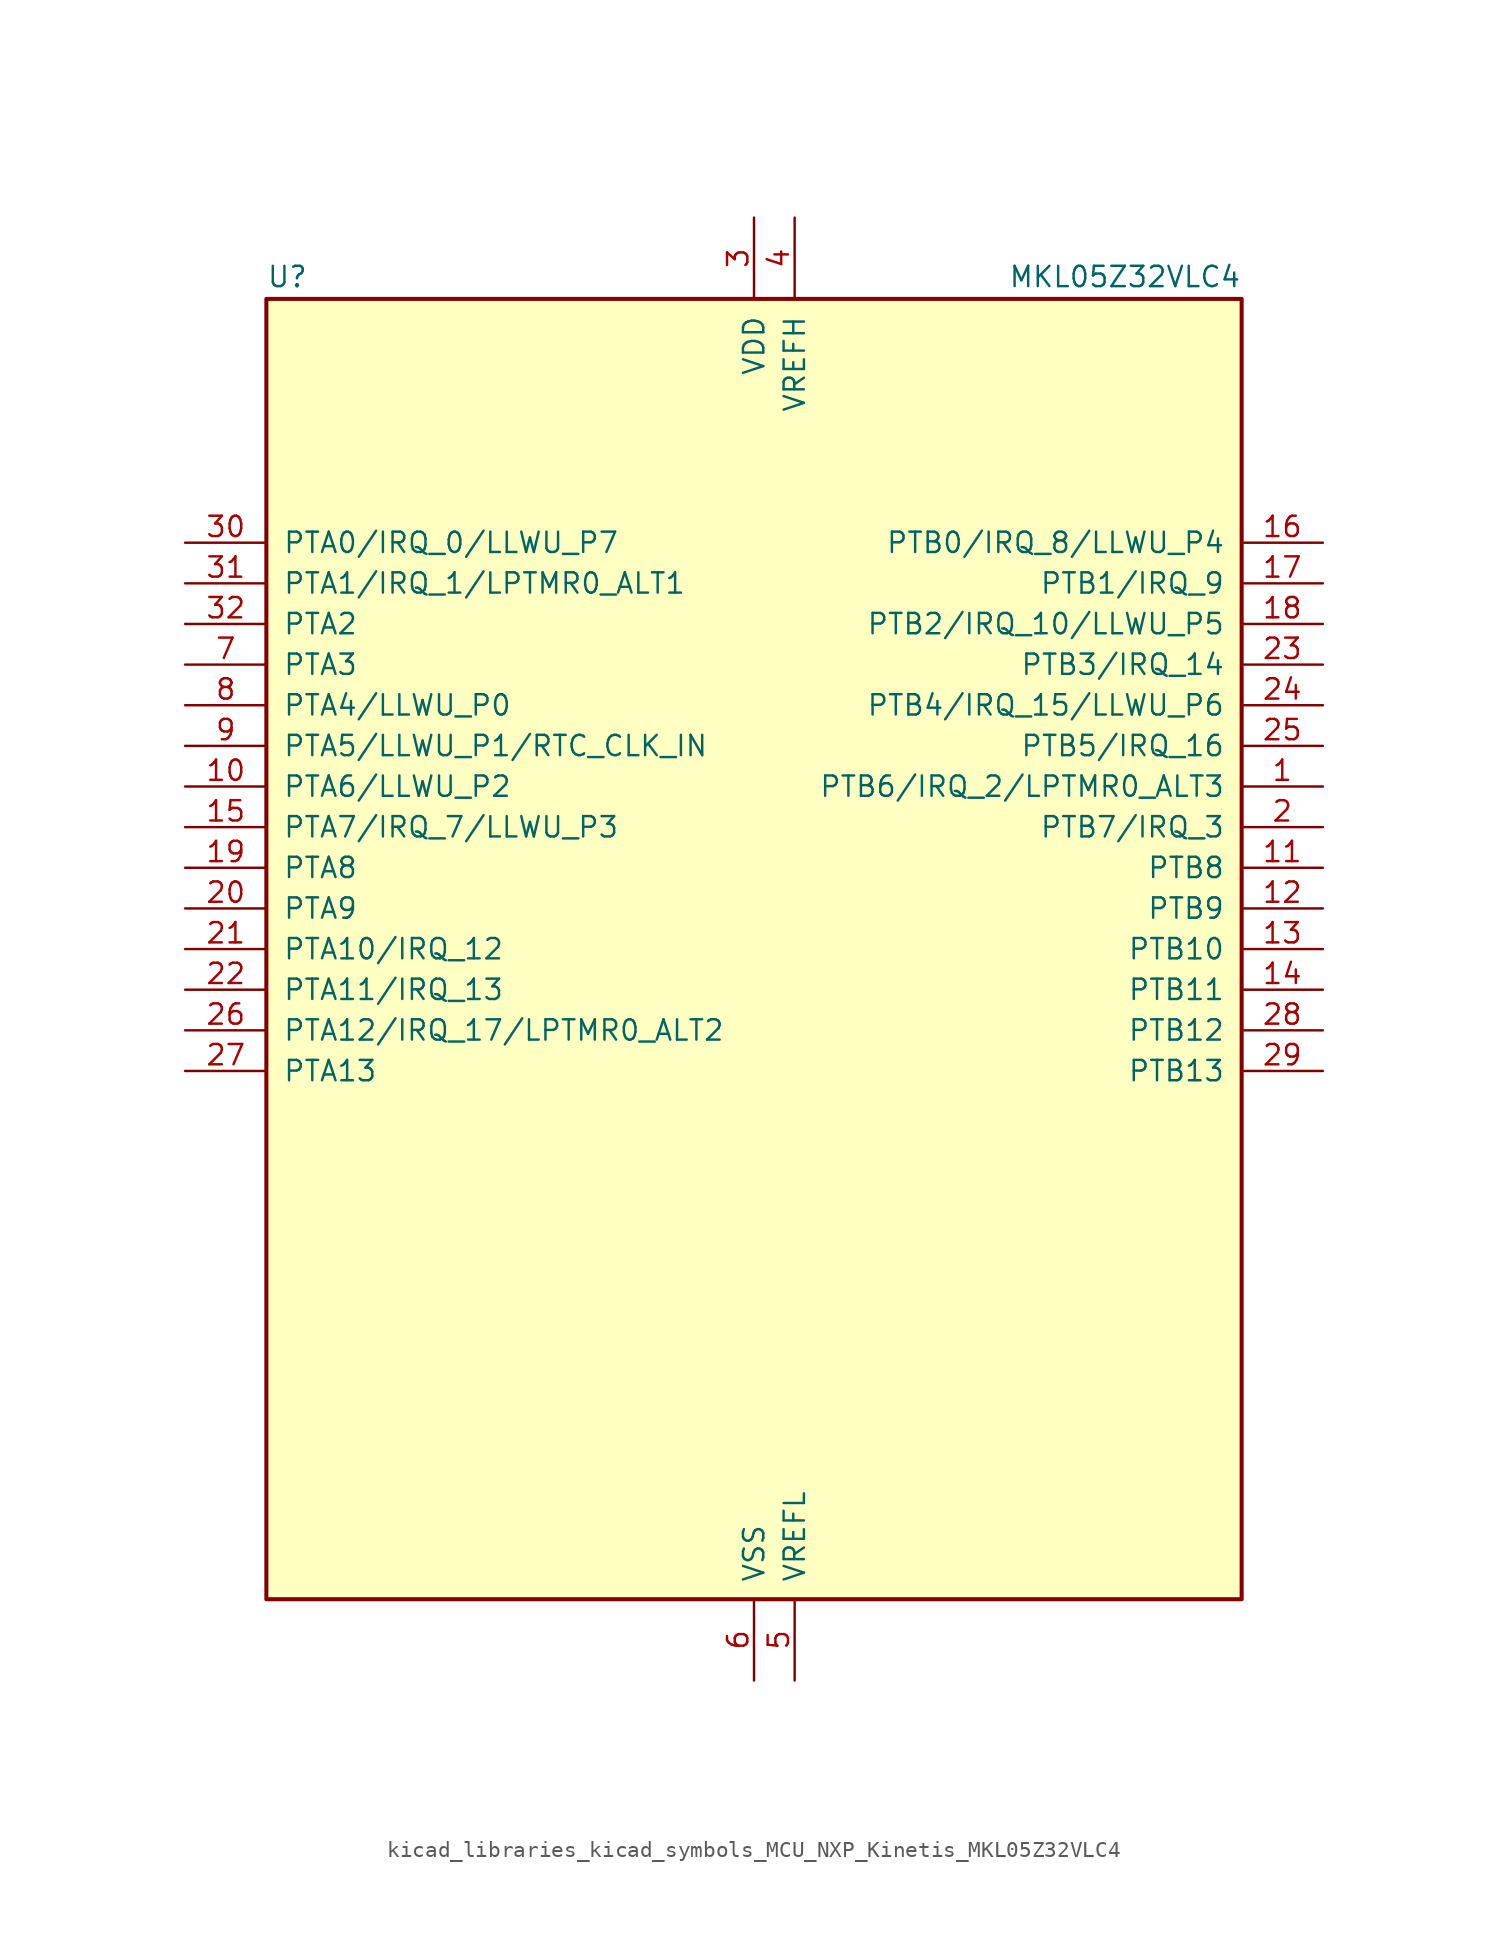
<source format=kicad_sym>
(kicad_symbol_lib
  (version 20220914)
  (generator kicad_symbol_editor)
  (symbol "kicad_libraries_kicad_symbols_MCU_NXP_Kinetis_MKL05Z32VLC4"
    (pin_names
      (offset 1.016))
    (property "Reference" "U"
      (at -30.48 41.275 0)
      (effects (font (size 1.27 1.27)) (justify left bottom)))
    (property "Value" "MKL05Z32VLC4"
      (at 30.48 41.275 0)
      (effects (font (size 1.27 1.27)) (justify right bottom)))
    (symbol "kicad_libraries_kicad_symbols_MCU_NXP_Kinetis_MKL05Z32VLC4_0_1"
      (rectangle (start -30.48 40.64) (end 30.48 -40.64) (stroke (width 0.254) (type default)) (fill (type background))))
    (symbol "kicad_libraries_kicad_symbols_MCU_NXP_Kinetis_MKL05Z32VLC4_1_1"
      (pin bidirectional line (at 35.56 10.16 180) (length 5.08) (name "PTB6/IRQ_2/LPTMR0_ALT3" (effects (font (size 1.27 1.27)))) (number "1" (effects (font (size 1.27 1.27)))))
      (pin bidirectional line (at -35.56 10.16 0) (length 5.08) (name "PTA6/LLWU_P2" (effects (font (size 1.27 1.27)))) (number "10" (effects (font (size 1.27 1.27)))))
      (pin bidirectional line (at 35.56 5.08 180) (length 5.08) (name "PTB8" (effects (font (size 1.27 1.27)))) (number "11" (effects (font (size 1.27 1.27)))))
      (pin bidirectional line (at 35.56 2.54 180) (length 5.08) (name "PTB9" (effects (font (size 1.27 1.27)))) (number "12" (effects (font (size 1.27 1.27)))))
      (pin bidirectional line (at 35.56 0 180) (length 5.08) (name "PTB10" (effects (font (size 1.27 1.27)))) (number "13" (effects (font (size 1.27 1.27)))))
      (pin bidirectional line (at 35.56 -2.54 180) (length 5.08) (name "PTB11" (effects (font (size 1.27 1.27)))) (number "14" (effects (font (size 1.27 1.27)))))
      (pin bidirectional line (at -35.56 7.62 0) (length 5.08) (name "PTA7/IRQ_7/LLWU_P3" (effects (font (size 1.27 1.27)))) (number "15" (effects (font (size 1.27 1.27)))))
      (pin bidirectional line (at 35.56 25.4 180) (length 5.08) (name "PTB0/IRQ_8/LLWU_P4" (effects (font (size 1.27 1.27)))) (number "16" (effects (font (size 1.27 1.27)))))
      (pin bidirectional line (at 35.56 22.86 180) (length 5.08) (name "PTB1/IRQ_9" (effects (font (size 1.27 1.27)))) (number "17" (effects (font (size 1.27 1.27)))))
      (pin bidirectional line (at 35.56 20.32 180) (length 5.08) (name "PTB2/IRQ_10/LLWU_P5" (effects (font (size 1.27 1.27)))) (number "18" (effects (font (size 1.27 1.27)))))
      (pin bidirectional line (at -35.56 5.08 0) (length 5.08) (name "PTA8" (effects (font (size 1.27 1.27)))) (number "19" (effects (font (size 1.27 1.27)))))
      (pin bidirectional line (at 35.56 7.62 180) (length 5.08) (name "PTB7/IRQ_3" (effects (font (size 1.27 1.27)))) (number "2" (effects (font (size 1.27 1.27)))))
      (pin bidirectional line (at -35.56 2.54 0) (length 5.08) (name "PTA9" (effects (font (size 1.27 1.27)))) (number "20" (effects (font (size 1.27 1.27)))))
      (pin bidirectional line (at -35.56 0 0) (length 5.08) (name "PTA10/IRQ_12" (effects (font (size 1.27 1.27)))) (number "21" (effects (font (size 1.27 1.27)))))
      (pin bidirectional line (at -35.56 -2.54 0) (length 5.08) (name "PTA11/IRQ_13" (effects (font (size 1.27 1.27)))) (number "22" (effects (font (size 1.27 1.27)))))
      (pin bidirectional line (at 35.56 17.78 180) (length 5.08) (name "PTB3/IRQ_14" (effects (font (size 1.27 1.27)))) (number "23" (effects (font (size 1.27 1.27)))))
      (pin bidirectional line (at 35.56 15.24 180) (length 5.08) (name "PTB4/IRQ_15/LLWU_P6" (effects (font (size 1.27 1.27)))) (number "24" (effects (font (size 1.27 1.27)))))
      (pin bidirectional line (at 35.56 12.7 180) (length 5.08) (name "PTB5/IRQ_16" (effects (font (size 1.27 1.27)))) (number "25" (effects (font (size 1.27 1.27)))))
      (pin bidirectional line (at -35.56 -5.08 0) (length 5.08) (name "PTA12/IRQ_17/LPTMR0_ALT2" (effects (font (size 1.27 1.27)))) (number "26" (effects (font (size 1.27 1.27)))))
      (pin bidirectional line (at -35.56 -7.62 0) (length 5.08) (name "PTA13" (effects (font (size 1.27 1.27)))) (number "27" (effects (font (size 1.27 1.27)))))
      (pin bidirectional line (at 35.56 -5.08 180) (length 5.08) (name "PTB12" (effects (font (size 1.27 1.27)))) (number "28" (effects (font (size 1.27 1.27)))))
      (pin bidirectional line (at 35.56 -7.62 180) (length 5.08) (name "PTB13" (effects (font (size 1.27 1.27)))) (number "29" (effects (font (size 1.27 1.27)))))
      (pin power_in line (at 0 45.72 270) (length 5.08) (name "VDD" (effects (font (size 1.27 1.27)))) (number "3" (effects (font (size 1.27 1.27)))))
      (pin bidirectional line (at -35.56 25.4 0) (length 5.08) (name "PTA0/IRQ_0/LLWU_P7" (effects (font (size 1.27 1.27)))) (number "30" (effects (font (size 1.27 1.27)))))
      (pin bidirectional line (at -35.56 22.86 0) (length 5.08) (name "PTA1/IRQ_1/LPTMR0_ALT1" (effects (font (size 1.27 1.27)))) (number "31" (effects (font (size 1.27 1.27)))))
      (pin bidirectional line (at -35.56 20.32 0) (length 5.08) (name "PTA2" (effects (font (size 1.27 1.27)))) (number "32" (effects (font (size 1.27 1.27)))))
      (pin power_in line (at 2.54 45.72 270) (length 5.08) (name "VREFH" (effects (font (size 1.27 1.27)))) (number "4" (effects (font (size 1.27 1.27)))))
      (pin power_in line (at 2.54 -45.72 90) (length 5.08) (name "VREFL" (effects (font (size 1.27 1.27)))) (number "5" (effects (font (size 1.27 1.27)))))
      (pin power_in line (at 0 -45.72 90) (length 5.08) (name "VSS" (effects (font (size 1.27 1.27)))) (number "6" (effects (font (size 1.27 1.27)))))
      (pin bidirectional line (at -35.56 17.78 0) (length 5.08) (name "PTA3" (effects (font (size 1.27 1.27)))) (number "7" (effects (font (size 1.27 1.27)))))
      (pin bidirectional line (at -35.56 15.24 0) (length 5.08) (name "PTA4/LLWU_P0" (effects (font (size 1.27 1.27)))) (number "8" (effects (font (size 1.27 1.27)))))
      (pin bidirectional line (at -35.56 12.7 0) (length 5.08) (name "PTA5/LLWU_P1/RTC_CLK_IN" (effects (font (size 1.27 1.27)))) (number "9" (effects (font (size 1.27 1.27))))))))
</source>
